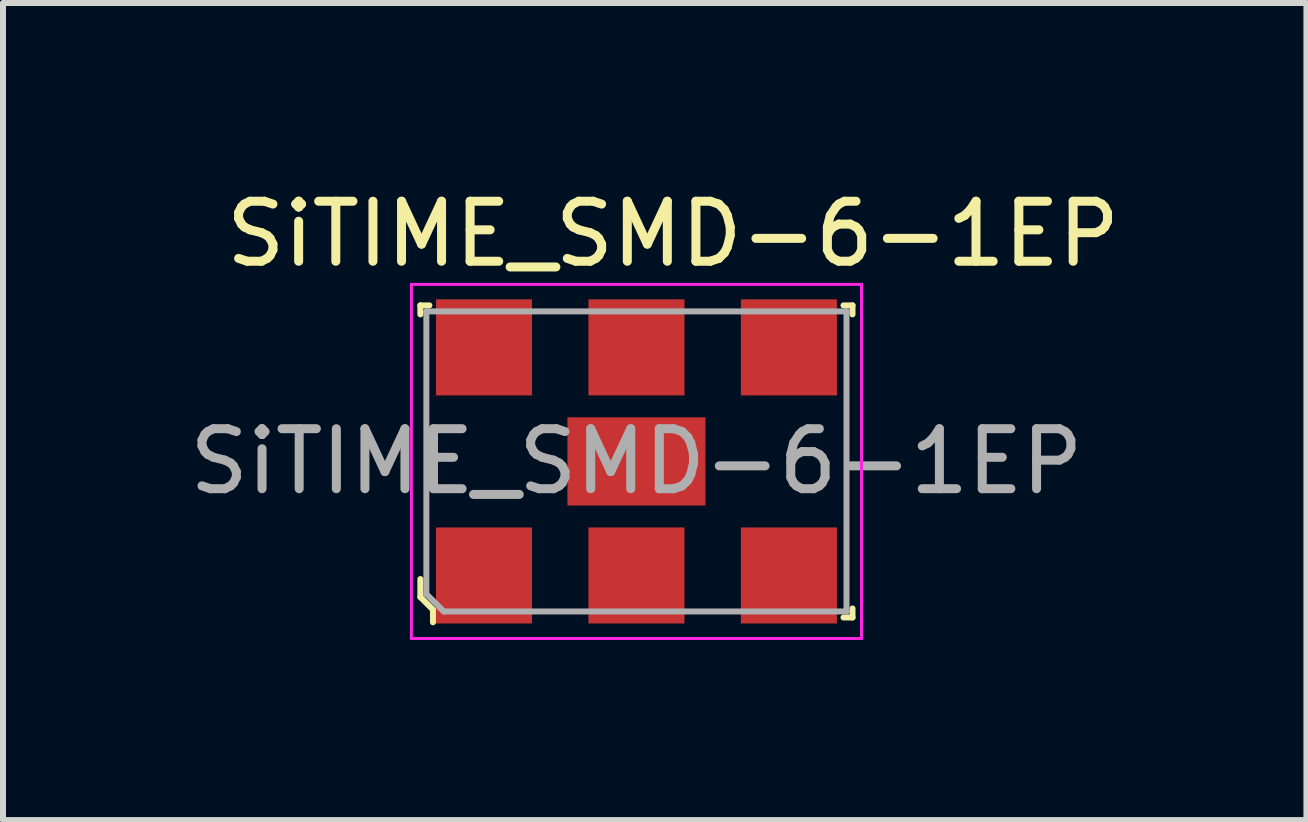
<source format=kicad_pcb>
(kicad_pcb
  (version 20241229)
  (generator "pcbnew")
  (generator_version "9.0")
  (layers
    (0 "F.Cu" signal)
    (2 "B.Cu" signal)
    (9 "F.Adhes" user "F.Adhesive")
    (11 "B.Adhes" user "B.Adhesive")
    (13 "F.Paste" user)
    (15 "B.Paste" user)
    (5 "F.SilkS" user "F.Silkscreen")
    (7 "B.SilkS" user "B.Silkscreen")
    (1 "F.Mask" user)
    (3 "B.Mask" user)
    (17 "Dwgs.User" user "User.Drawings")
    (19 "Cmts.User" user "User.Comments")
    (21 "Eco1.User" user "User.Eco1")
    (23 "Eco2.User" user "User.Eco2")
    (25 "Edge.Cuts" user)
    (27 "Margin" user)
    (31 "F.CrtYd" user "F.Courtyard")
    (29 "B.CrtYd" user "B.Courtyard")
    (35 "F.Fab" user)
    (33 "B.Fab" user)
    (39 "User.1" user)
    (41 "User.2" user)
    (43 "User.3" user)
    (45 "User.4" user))
  (footprint "SiTIME_SMD-6-1EP"
    (layer "F.Cu")
    (at 7.554 4.638)
    (property "Reference" "SiTIME_SMD-6-1EP" (at 0.61 -3.79 0) (layer "F.SilkS") (effects (font (size 1 1) (thickness 0.15))))
    (attr smd)
    (fp_line (start -3.6 -2.6) (end -3.6 -2.45) (stroke (width 0.1) (type solid)) (layer "F.SilkS"))
    (fp_line (start -3.6 -2.6) (end -3.45 -2.6) (stroke (width 0.1) (type solid)) (layer "F.SilkS"))
    (fp_line (start -3.6 2.26) (end -3.6 1.96) (stroke (width 0.1) (type solid)) (layer "F.SilkS"))
    (fp_line (start -3.6 2.26) (end -3.39 2.47) (stroke (width 0.1) (type solid)) (layer "F.SilkS"))
    (fp_line (start -3.39 2.47) (end -3.39 2.68) (stroke (width 0.1) (type solid)) (layer "F.SilkS"))
    (fp_line (start 3.6 -2.6) (end 3.45 -2.6) (stroke (width 0.1) (type solid)) (layer "F.SilkS"))
    (fp_line (start 3.6 -2.6) (end 3.6 -2.45) (stroke (width 0.1) (type solid)) (layer "F.SilkS"))
    (fp_line (start 3.6 2.6) (end 3.45 2.6) (stroke (width 0.1) (type solid)) (layer "F.SilkS"))
    (fp_line (start 3.6 2.6) (end 3.6 2.45) (stroke (width 0.1) (type solid)) (layer "F.SilkS"))
    (fp_line (start -3.75 -2.95) (end -3.75 2.95) (stroke (width 0.05) (type solid)) (layer "F.CrtYd"))
    (fp_line (start -3.75 -2.95) (end 3.75 -2.95) (stroke (width 0.05) (type solid)) (layer "F.CrtYd"))
    (fp_line (start -3.75 2.95) (end 3.75 2.95) (stroke (width 0.05) (type solid)) (layer "F.CrtYd"))
    (fp_line (start 3.75 -2.95) (end 3.75 2.95) (stroke (width 0.05) (type solid)) (layer "F.CrtYd"))
    (fp_line (start -3.5 -2.5) (end 3.5 -2.5) (stroke (width 0.1) (type solid)) (layer "F.Fab"))
    (fp_line (start -3.5 2.21) (end -3.5 -2.5) (stroke (width 0.1) (type solid)) (layer "F.Fab"))
    (fp_line (start -3.21 2.5) (end -3.5 2.21) (stroke (width 0.1) (type solid)) (layer "F.Fab"))
    (fp_line (start -3.21 2.5) (end 3.5 2.5) (stroke (width 0.1) (type solid)) (layer "F.Fab"))
    (fp_line (start 3.5 -2.5) (end 3.5 2.5) (stroke (width 0.1) (type solid)) (layer "F.Fab"))
    (fp_text user "${REFERENCE}" (at 0 0 0) (layer "F.Fab") (effects (font (size 1 1) (thickness 0.15))))
    (pad "1" smd rect (at -2.54 1.9) (size 1.6 1.6) (layers "F.Cu" "F.Mask" "F.Paste"))
    (pad "2" smd rect (at 0 1.9) (size 1.6 1.6) (layers "F.Cu" "F.Mask" "F.Paste"))
    (pad "3" smd rect (at 2.54 1.9) (size 1.6 1.6) (layers "F.Cu" "F.Mask" "F.Paste"))
    (pad "4" smd rect (at 2.54 -1.9) (size 1.6 1.6) (layers "F.Cu" "F.Mask" "F.Paste"))
    (pad "5" smd rect (at 0 -1.9) (size 1.6 1.6) (layers "F.Cu" "F.Mask" "F.Paste"))
    (pad "6" smd rect (at -2.54 -1.9) (size 1.6 1.6) (layers "F.Cu" "F.Mask" "F.Paste"))
    (pad "7" smd rect (at 0 0) (size 2.3 1.47) (layers "F.Cu" "F.Mask" "F.Paste")))
  (gr_rect
    (start -3 -3)
    (end 18.717 10.613)
    (stroke (width 0.1) (type default))
    (fill no)
    (layer "Edge.Cuts")))
</source>
